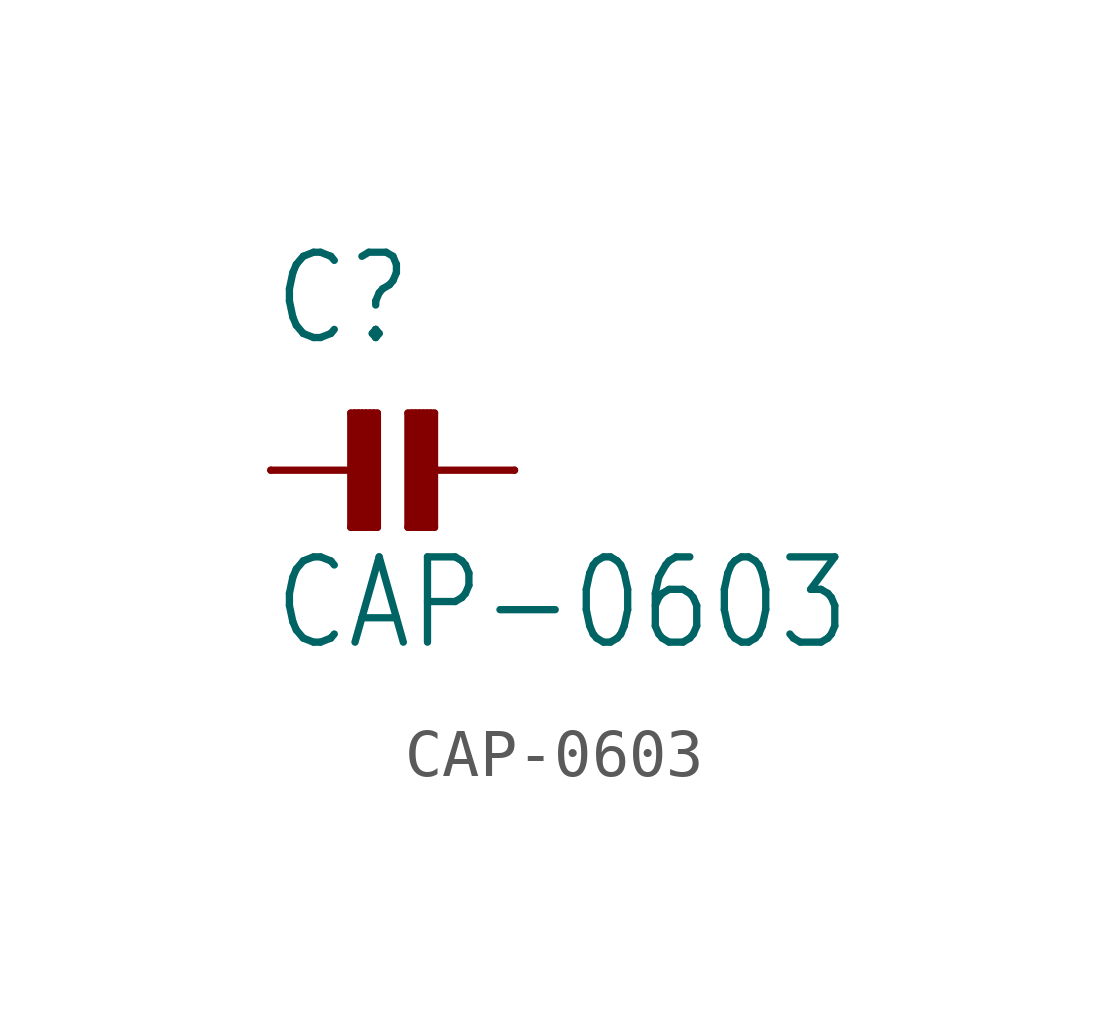
<source format=kicad_sym>
(kicad_symbol_lib
  (version 20211014)
  (generator kicad_symbol_editor)
  (symbol "CAP-0603"
    (property "Reference" "C"
      (at -2.54 2.54 0)
      (effects (font (size 1.778 1.511)) (justify left bottom)))
    (property "Value" "CAP-0603"
      (at -2.54 -3.81 0)
      (effects (font (size 1.778 1.511)) (justify left bottom)))
    (property "ki_locked" ""
      (at 0 0 0)
      (effects (font (size 1.27 1.27))))
    (symbol "CAP-0603_1_0"
      (polyline (pts (xy -2.54 0) (xy -0.937 0)) (stroke (width 0.152) (type default) (color 0 0 0 0)) (fill (type none)))
      (polyline (pts (xy -0.873 -1.191) (xy -0.873 1.191)) (stroke (width 0.152) (type default) (color 0 0 0 0)) (fill (type none)))
      (polyline (pts (xy -0.794 -1.191) (xy -0.873 -1.191)) (stroke (width 0.152) (type default) (color 0 0 0 0)) (fill (type none)))
      (polyline (pts (xy -0.794 -1.191) (xy -0.794 1.191)) (stroke (width 0.152) (type default) (color 0 0 0 0)) (fill (type none)))
      (polyline (pts (xy -0.794 1.191) (xy -0.873 1.191)) (stroke (width 0.152) (type default) (color 0 0 0 0)) (fill (type none)))
      (polyline (pts (xy -0.714 -1.191) (xy -0.794 -1.191)) (stroke (width 0.152) (type default) (color 0 0 0 0)) (fill (type none)))
      (polyline (pts (xy -0.714 -1.191) (xy -0.714 1.191)) (stroke (width 0.152) (type default) (color 0 0 0 0)) (fill (type none)))
      (polyline (pts (xy -0.714 1.191) (xy -0.794 1.191)) (stroke (width 0.152) (type default) (color 0 0 0 0)) (fill (type none)))
      (polyline (pts (xy -0.635 -1.191) (xy -0.714 -1.191)) (stroke (width 0.152) (type default) (color 0 0 0 0)) (fill (type none)))
      (polyline (pts (xy -0.635 -1.191) (xy -0.635 1.191)) (stroke (width 0.152) (type default) (color 0 0 0 0)) (fill (type none)))
      (polyline (pts (xy -0.635 1.191) (xy -0.714 1.191)) (stroke (width 0.152) (type default) (color 0 0 0 0)) (fill (type none)))
      (polyline (pts (xy -0.556 -1.191) (xy -0.635 -1.191)) (stroke (width 0.152) (type default) (color 0 0 0 0)) (fill (type none)))
      (polyline (pts (xy -0.556 -1.191) (xy -0.556 1.191)) (stroke (width 0.152) (type default) (color 0 0 0 0)) (fill (type none)))
      (polyline (pts (xy -0.556 1.191) (xy -0.635 1.191)) (stroke (width 0.152) (type default) (color 0 0 0 0)) (fill (type none)))
      (polyline (pts (xy -0.476 -1.191) (xy -0.556 -1.191)) (stroke (width 0.152) (type default) (color 0 0 0 0)) (fill (type none)))
      (polyline (pts (xy -0.476 -1.191) (xy -0.476 1.191)) (stroke (width 0.152) (type default) (color 0 0 0 0)) (fill (type none)))
      (polyline (pts (xy -0.476 1.191) (xy -0.556 1.191)) (stroke (width 0.152) (type default) (color 0 0 0 0)) (fill (type none)))
      (polyline (pts (xy -0.397 -1.191) (xy -0.476 -1.191)) (stroke (width 0.152) (type default) (color 0 0 0 0)) (fill (type none)))
      (polyline (pts (xy -0.397 -1.191) (xy -0.397 1.191)) (stroke (width 0.152) (type default) (color 0 0 0 0)) (fill (type none)))
      (polyline (pts (xy -0.397 1.191) (xy -0.476 1.191)) (stroke (width 0.152) (type default) (color 0 0 0 0)) (fill (type none)))
      (polyline (pts (xy -0.318 -1.191) (xy -0.397 -1.191)) (stroke (width 0.152) (type default) (color 0 0 0 0)) (fill (type none)))
      (polyline (pts (xy -0.318 -1.191) (xy -0.318 1.191)) (stroke (width 0.152) (type default) (color 0 0 0 0)) (fill (type none)))
      (polyline (pts (xy -0.318 1.191) (xy -0.397 1.191)) (stroke (width 0.152) (type default) (color 0 0 0 0)) (fill (type none)))
      (polyline (pts (xy 0.318 -1.191) (xy 0.318 1.191)) (stroke (width 0.152) (type default) (color 0 0 0 0)) (fill (type none)))
      (polyline (pts (xy 0.397 -1.191) (xy 0.318 -1.191)) (stroke (width 0.152) (type default) (color 0 0 0 0)) (fill (type none)))
      (polyline (pts (xy 0.397 -1.191) (xy 0.397 1.191)) (stroke (width 0.152) (type default) (color 0 0 0 0)) (fill (type none)))
      (polyline (pts (xy 0.397 1.191) (xy 0.318 1.191)) (stroke (width 0.152) (type default) (color 0 0 0 0)) (fill (type none)))
      (polyline (pts (xy 0.476 -1.191) (xy 0.397 -1.191)) (stroke (width 0.152) (type default) (color 0 0 0 0)) (fill (type none)))
      (polyline (pts (xy 0.476 -1.191) (xy 0.476 1.191)) (stroke (width 0.152) (type default) (color 0 0 0 0)) (fill (type none)))
      (polyline (pts (xy 0.476 1.191) (xy 0.397 1.191)) (stroke (width 0.152) (type default) (color 0 0 0 0)) (fill (type none)))
      (polyline (pts (xy 0.556 -1.191) (xy 0.476 -1.191)) (stroke (width 0.152) (type default) (color 0 0 0 0)) (fill (type none)))
      (polyline (pts (xy 0.556 -1.191) (xy 0.556 1.191)) (stroke (width 0.152) (type default) (color 0 0 0 0)) (fill (type none)))
      (polyline (pts (xy 0.556 1.191) (xy 0.476 1.191)) (stroke (width 0.152) (type default) (color 0 0 0 0)) (fill (type none)))
      (polyline (pts (xy 0.635 -1.191) (xy 0.556 -1.191)) (stroke (width 0.152) (type default) (color 0 0 0 0)) (fill (type none)))
      (polyline (pts (xy 0.635 -1.191) (xy 0.635 1.191)) (stroke (width 0.152) (type default) (color 0 0 0 0)) (fill (type none)))
      (polyline (pts (xy 0.635 1.191) (xy 0.556 1.191)) (stroke (width 0.152) (type default) (color 0 0 0 0)) (fill (type none)))
      (polyline (pts (xy 0.714 -1.191) (xy 0.635 -1.191)) (stroke (width 0.152) (type default) (color 0 0 0 0)) (fill (type none)))
      (polyline (pts (xy 0.714 -1.191) (xy 0.714 1.191)) (stroke (width 0.152) (type default) (color 0 0 0 0)) (fill (type none)))
      (polyline (pts (xy 0.714 1.191) (xy 0.635 1.191)) (stroke (width 0.152) (type default) (color 0 0 0 0)) (fill (type none)))
      (polyline (pts (xy 0.794 -1.191) (xy 0.714 -1.191)) (stroke (width 0.152) (type default) (color 0 0 0 0)) (fill (type none)))
      (polyline (pts (xy 0.794 -1.191) (xy 0.794 1.191)) (stroke (width 0.152) (type default) (color 0 0 0 0)) (fill (type none)))
      (polyline (pts (xy 0.794 1.191) (xy 0.714 1.191)) (stroke (width 0.152) (type default) (color 0 0 0 0)) (fill (type none)))
      (polyline (pts (xy 0.857 0) (xy 2.54 0)) (stroke (width 0.152) (type default) (color 0 0 0 0)) (fill (type none)))
      (polyline (pts (xy 0.873 -1.191) (xy 0.794 -1.191)) (stroke (width 0.152) (type default) (color 0 0 0 0)) (fill (type none)))
      (polyline (pts (xy 0.873 -1.191) (xy 0.873 1.191)) (stroke (width 0.152) (type default) (color 0 0 0 0)) (fill (type none)))
      (polyline (pts (xy 0.873 1.191) (xy 0.794 1.191)) (stroke (width 0.152) (type default) (color 0 0 0 0)) (fill (type none)))
      (pin passive line (at -2.54 0 0) (length 0) (name "1" (effects (font (size 0 0)))) (number "1" (effects (font (size 0 0)))))
      (pin passive line (at 2.54 0 180) (length 0) (name "2" (effects (font (size 0 0)))) (number "2" (effects (font (size 0 0))))))))
</source>
